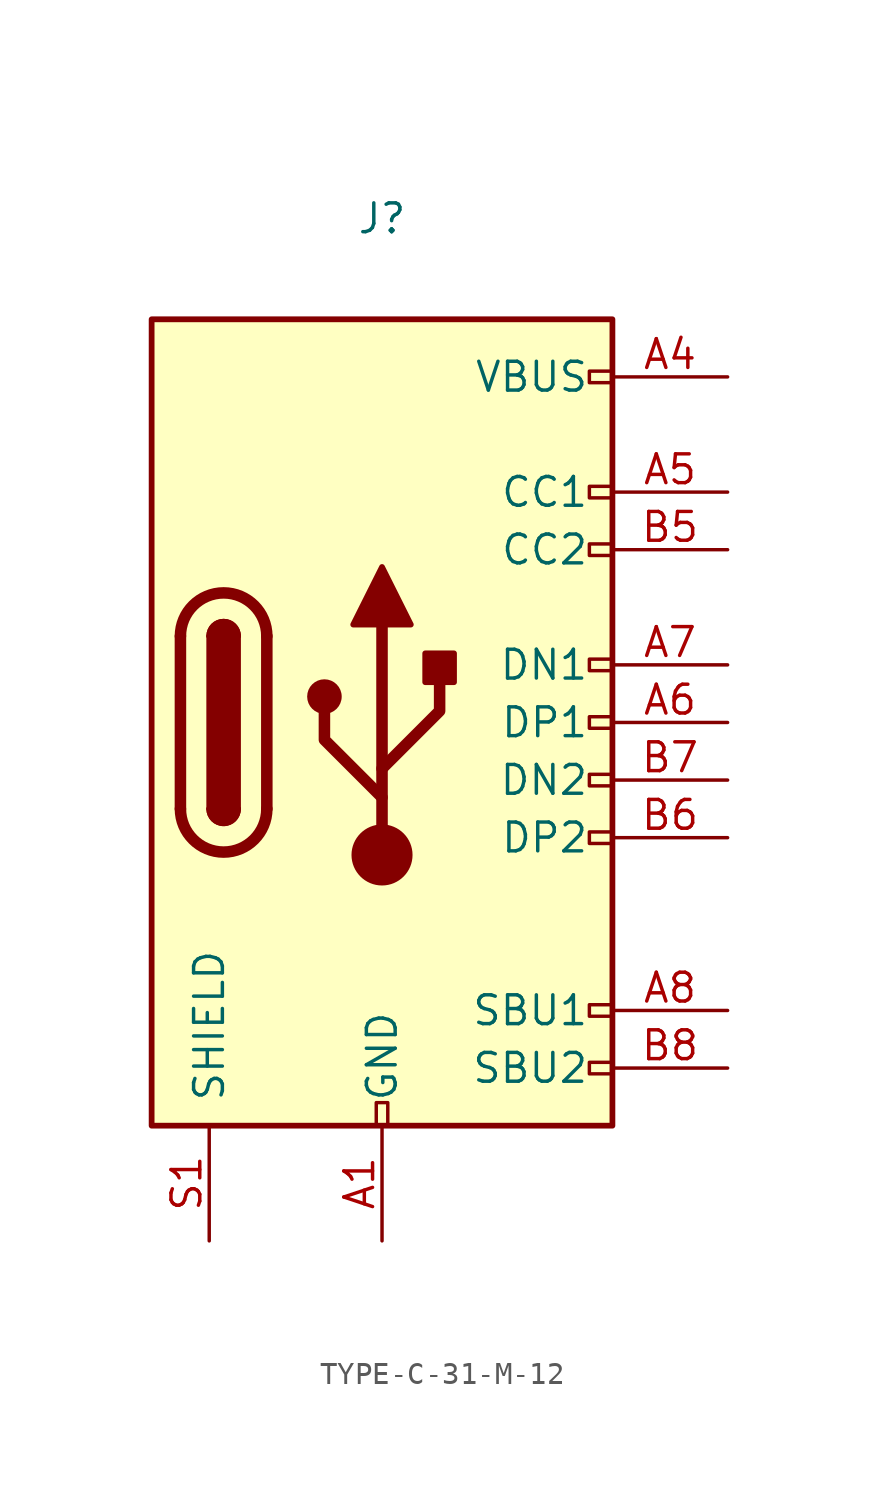
<source format=kicad_sym>
(kicad_symbol_lib
  (version 20241209)
  (generator "kicad_symbol_editor")
  (generator_version "9.0")
  (symbol "TYPE-C-31-M-12"
    (pin_names
      (offset 1.016))
    (property "Reference" "J"
      (at 0 22.225 0)
      (effects (font (size 1.27 1.27))))
    (symbol "TYPE-C-31-M-12_0_0"
      (rectangle (start -0.254 -17.78) (end 0.254 -16.764) (stroke (width 0) (type default)) (fill (type none)))
      (rectangle (start 10.16 15.494) (end 9.144 14.986) (stroke (width 0) (type default)) (fill (type none)))
      (rectangle (start 10.16 10.414) (end 9.144 9.906) (stroke (width 0) (type default)) (fill (type none)))
      (rectangle (start 10.16 7.874) (end 9.144 7.366) (stroke (width 0) (type default)) (fill (type none)))
      (rectangle (start 10.16 2.794) (end 9.144 2.286) (stroke (width 0) (type default)) (fill (type none)))
      (rectangle (start 10.16 0.254) (end 9.144 -0.254) (stroke (width 0) (type default)) (fill (type none)))
      (rectangle (start 10.16 -2.286) (end 9.144 -2.794) (stroke (width 0) (type default)) (fill (type none)))
      (rectangle (start 10.16 -4.826) (end 9.144 -5.334) (stroke (width 0) (type default)) (fill (type none)))
      (rectangle (start 10.16 -12.446) (end 9.144 -12.954) (stroke (width 0) (type default)) (fill (type none)))
      (rectangle (start 10.16 -14.986) (end 9.144 -15.494) (stroke (width 0) (type default)) (fill (type none))))
    (symbol "TYPE-C-31-M-12_0_1"
      (rectangle (start -10.16 17.78) (end 10.16 -17.78) (stroke (width 0.254) (type default)) (fill (type background)))
      (polyline (pts (xy -8.89 -3.81) (xy -8.89 3.81)) (stroke (width 0.508) (type default)) (fill (type none)))
      (rectangle (start -7.62 -3.81) (end -6.35 3.81) (stroke (width 0.254) (type default)) (fill (type outline)))
      (arc (start -7.62 3.81) (mid -6.985 4.4423) (end -6.35 3.81) (stroke (width 0.254) (type default)) (fill (type none)))
      (arc (start -7.62 3.81) (mid -6.985 4.4423) (end -6.35 3.81) (stroke (width 0.254) (type default)) (fill (type outline)))
      (arc (start -8.89 3.81) (mid -6.985 5.7067) (end -5.08 3.81) (stroke (width 0.508) (type default)) (fill (type none)))
      (arc (start -5.08 -3.81) (mid -6.985 -5.7067) (end -8.89 -3.81) (stroke (width 0.508) (type default)) (fill (type none)))
      (arc (start -6.35 -3.81) (mid -6.985 -4.4423) (end -7.62 -3.81) (stroke (width 0.254) (type default)) (fill (type none)))
      (arc (start -6.35 -3.81) (mid -6.985 -4.4423) (end -7.62 -3.81) (stroke (width 0.254) (type default)) (fill (type outline)))
      (polyline (pts (xy -5.08 3.81) (xy -5.08 -3.81)) (stroke (width 0.508) (type default)) (fill (type none)))
      (circle (center -2.54 1.143) (radius 0.635) (stroke (width 0.254) (type default)) (fill (type outline)))
      (polyline (pts (xy -1.27 4.318) (xy 0 6.858) (xy 1.27 4.318) (xy -1.27 4.318)) (stroke (width 0.254) (type default)) (fill (type outline)))
      (polyline (pts (xy 0 -2.032) (xy 2.54 0.508) (xy 2.54 1.778)) (stroke (width 0.508) (type default)) (fill (type none)))
      (polyline (pts (xy 0 -3.302) (xy -2.54 -0.762) (xy -2.54 0.508)) (stroke (width 0.508) (type default)) (fill (type none)))
      (polyline (pts (xy 0 -5.842) (xy 0 4.318)) (stroke (width 0.508) (type default)) (fill (type none)))
      (circle (center 0 -5.842) (radius 1.27) (stroke (width 0) (type default)) (fill (type outline)))
      (rectangle (start 1.905 1.778) (end 3.175 3.048) (stroke (width 0.254) (type default)) (fill (type outline))))
    (symbol "TYPE-C-31-M-12_1_1"
      (pin passive line (at -7.62 -22.86 90) (length 5.08) (name "SHIELD" (effects (font (size 1.27 1.27)))) (number "S1" (effects (font (size 1.27 1.27)))))
      (pin passive line (at 0 -22.86 90) (length 5.08) (name "GND" (effects (font (size 1.27 1.27)))) (number "A1" (effects (font (size 1.27 1.27)))))
      (pin passive line (at 0 -22.86 90) (length 5.08) (hide yes) (name "GND" (effects (font (size 1.27 1.27)))) (number "A12" (effects (font (size 1.27 1.27)))))
      (pin passive line (at 0 -22.86 90) (length 5.08) (hide yes) (name "GND" (effects (font (size 1.27 1.27)))) (number "B1" (effects (font (size 1.27 1.27)))))
      (pin passive line (at 0 -22.86 90) (length 5.08) (hide yes) (name "GND" (effects (font (size 1.27 1.27)))) (number "B12" (effects (font (size 1.27 1.27)))))
      (pin passive line (at 15.24 15.24 180) (length 5.08) (name "VBUS" (effects (font (size 1.27 1.27)))) (number "A4" (effects (font (size 1.27 1.27)))))
      (pin passive line (at 15.24 15.24 180) (length 5.08) (hide yes) (name "VBUS" (effects (font (size 1.27 1.27)))) (number "A9" (effects (font (size 1.27 1.27)))))
      (pin passive line (at 15.24 15.24 180) (length 5.08) (hide yes) (name "VBUS" (effects (font (size 1.27 1.27)))) (number "B4" (effects (font (size 1.27 1.27)))))
      (pin passive line (at 15.24 15.24 180) (length 5.08) (hide yes) (name "VBUS" (effects (font (size 1.27 1.27)))) (number "B9" (effects (font (size 1.27 1.27)))))
      (pin bidirectional line (at 15.24 10.16 180) (length 5.08) (name "CC1" (effects (font (size 1.27 1.27)))) (number "A5" (effects (font (size 1.27 1.27)))))
      (pin bidirectional line (at 15.24 7.62 180) (length 5.08) (name "CC2" (effects (font (size 1.27 1.27)))) (number "B5" (effects (font (size 1.27 1.27)))))
      (pin bidirectional line (at 15.24 2.54 180) (length 5.08) (name "DN1" (effects (font (size 1.27 1.27)))) (number "A7" (effects (font (size 1.27 1.27)))))
      (pin bidirectional line (at 15.24 0 180) (length 5.08) (name "DP1" (effects (font (size 1.27 1.27)))) (number "A6" (effects (font (size 1.27 1.27)))))
      (pin bidirectional line (at 15.24 -2.54 180) (length 5.08) (name "DN2" (effects (font (size 1.27 1.27)))) (number "B7" (effects (font (size 1.27 1.27)))))
      (pin bidirectional line (at 15.24 -5.08 180) (length 5.08) (name "DP2" (effects (font (size 1.27 1.27)))) (number "B6" (effects (font (size 1.27 1.27)))))
      (pin bidirectional line (at 15.24 -12.7 180) (length 5.08) (name "SBU1" (effects (font (size 1.27 1.27)))) (number "A8" (effects (font (size 1.27 1.27)))))
      (pin bidirectional line (at 15.24 -15.24 180) (length 5.08) (name "SBU2" (effects (font (size 1.27 1.27)))) (number "B8" (effects (font (size 1.27 1.27))))))))
</source>
